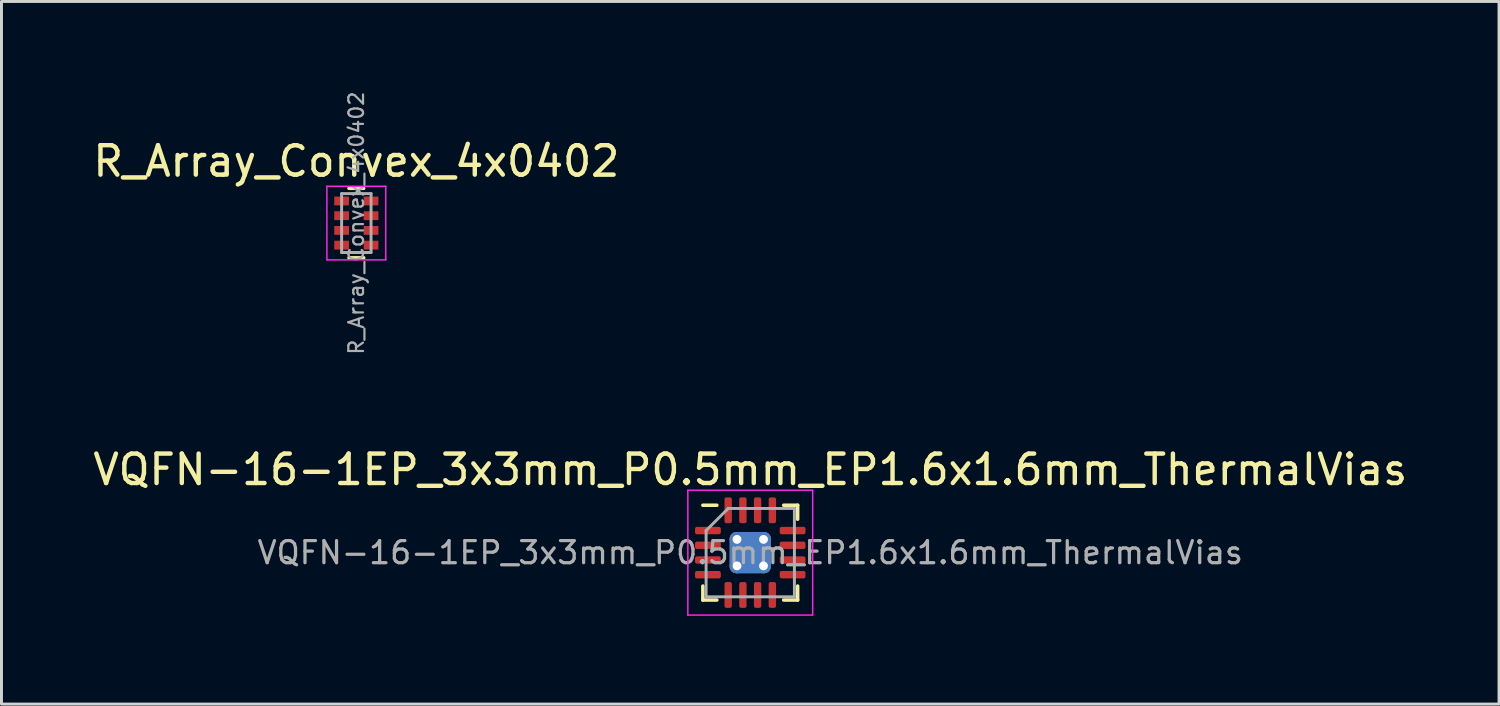
<source format=kicad_pcb>
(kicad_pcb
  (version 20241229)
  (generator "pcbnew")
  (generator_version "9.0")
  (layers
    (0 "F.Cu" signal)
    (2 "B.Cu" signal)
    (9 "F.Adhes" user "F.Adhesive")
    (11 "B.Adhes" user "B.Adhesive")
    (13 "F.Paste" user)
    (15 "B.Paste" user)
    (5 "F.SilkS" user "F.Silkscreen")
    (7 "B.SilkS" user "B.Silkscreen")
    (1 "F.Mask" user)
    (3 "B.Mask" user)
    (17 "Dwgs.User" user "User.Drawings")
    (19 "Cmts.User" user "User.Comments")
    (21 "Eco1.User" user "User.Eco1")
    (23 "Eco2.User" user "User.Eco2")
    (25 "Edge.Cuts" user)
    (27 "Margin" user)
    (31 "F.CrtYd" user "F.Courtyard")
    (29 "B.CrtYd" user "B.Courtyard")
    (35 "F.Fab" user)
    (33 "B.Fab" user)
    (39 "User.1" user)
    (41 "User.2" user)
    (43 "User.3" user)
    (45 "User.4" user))
  (footprint "R_Array_Convex_4x0402"
    (layer "F.Cu")
    (at 9.054 4.527)
    (property "Reference" "R_Array_Convex_4x0402" (at 0 -2.1 0) (layer "F.SilkS") (effects (font (size 1 1) (thickness 0.15))))
    (attr smd)
    (fp_line (start 0.25 -1.18) (end -0.25 -1.18) (stroke (width 0.12) (type solid)) (layer "F.SilkS"))
    (fp_line (start 0.25 1.18) (end -0.25 1.18) (stroke (width 0.12) (type solid)) (layer "F.SilkS"))
    (fp_line (start -1 -1.25) (end -1 1.25) (stroke (width 0.05) (type solid)) (layer "F.CrtYd"))
    (fp_line (start -1 -1.25) (end 1 -1.25) (stroke (width 0.05) (type solid)) (layer "F.CrtYd"))
    (fp_line (start 1 1.25) (end -1 1.25) (stroke (width 0.05) (type solid)) (layer "F.CrtYd"))
    (fp_line (start 1 1.25) (end 1 -1.25) (stroke (width 0.05) (type solid)) (layer "F.CrtYd"))
    (fp_line (start -0.5 -1) (end 0.5 -1) (stroke (width 0.1) (type solid)) (layer "F.Fab"))
    (fp_line (start -0.5 1) (end -0.5 -1) (stroke (width 0.1) (type solid)) (layer "F.Fab"))
    (fp_line (start 0.5 -1) (end 0.5 1) (stroke (width 0.1) (type solid)) (layer "F.Fab"))
    (fp_line (start 0.5 1) (end -0.5 1) (stroke (width 0.1) (type solid)) (layer "F.Fab"))
    (fp_text user "${REFERENCE}" (at 0 0 90) (layer "F.Fab") (effects (font (size 0.5 0.5) (thickness 0.075))))
    (pad "1" smd rect (at -0.5 -0.75) (size 0.5 0.3) (layers "F.Cu" "F.Mask" "F.Paste"))
    (pad "2" smd rect (at -0.5 -0.25) (size 0.5 0.3) (layers "F.Cu" "F.Mask" "F.Paste"))
    (pad "3" smd rect (at -0.5 0.25) (size 0.5 0.3) (layers "F.Cu" "F.Mask" "F.Paste"))
    (pad "4" smd rect (at -0.5 0.75) (size 0.5 0.3) (layers "F.Cu" "F.Mask" "F.Paste"))
    (pad "5" smd rect (at 0.5 0.75) (size 0.5 0.3) (layers "F.Cu" "F.Mask" "F.Paste"))
    (pad "6" smd rect (at 0.5 0.25) (size 0.5 0.3) (layers "F.Cu" "F.Mask" "F.Paste"))
    (pad "7" smd rect (at 0.5 -0.25) (size 0.5 0.3) (layers "F.Cu" "F.Mask" "F.Paste"))
    (pad "8" smd rect (at 0.5 -0.75) (size 0.5 0.3) (layers "F.Cu" "F.Mask" "F.Paste")))
  (footprint "VQFN-16-1EP_3x3mm_P0.5mm_EP1.6x1.6mm_ThermalVias"
    (layer "F.Cu")
    (at 22.435 15.722)
    (property "Reference" "VQFN-16-1EP_3x3mm_P0.5mm_EP1.6x1.6mm_ThermalVias" (at 0 -2.82 0) (layer "F.SilkS") (effects (font (size 1 1) (thickness 0.15))))
    (attr smd)
    (fp_line (start -1.61 1.61) (end -1.61 1.135) (stroke (width 0.12) (type solid)) (layer "F.SilkS"))
    (fp_line (start -1.135 -1.61) (end -1.61 -1.61) (stroke (width 0.12) (type solid)) (layer "F.SilkS"))
    (fp_line (start -1.135 1.61) (end -1.61 1.61) (stroke (width 0.12) (type solid)) (layer "F.SilkS"))
    (fp_line (start 1.135 -1.61) (end 1.61 -1.61) (stroke (width 0.12) (type solid)) (layer "F.SilkS"))
    (fp_line (start 1.135 1.61) (end 1.61 1.61) (stroke (width 0.12) (type solid)) (layer "F.SilkS"))
    (fp_line (start 1.61 -1.61) (end 1.61 -1.135) (stroke (width 0.12) (type solid)) (layer "F.SilkS"))
    (fp_line (start 1.61 1.61) (end 1.61 1.135) (stroke (width 0.12) (type solid)) (layer "F.SilkS"))
    (fp_line (start -2.12 -2.12) (end -2.12 2.12) (stroke (width 0.05) (type solid)) (layer "F.CrtYd"))
    (fp_line (start -2.12 2.12) (end 2.12 2.12) (stroke (width 0.05) (type solid)) (layer "F.CrtYd"))
    (fp_line (start 2.12 -2.12) (end -2.12 -2.12) (stroke (width 0.05) (type solid)) (layer "F.CrtYd"))
    (fp_line (start 2.12 2.12) (end 2.12 -2.12) (stroke (width 0.05) (type solid)) (layer "F.CrtYd"))
    (fp_line (start -1.5 -0.75) (end -0.75 -1.5) (stroke (width 0.1) (type solid)) (layer "F.Fab"))
    (fp_line (start -1.5 1.5) (end -1.5 -0.75) (stroke (width 0.1) (type solid)) (layer "F.Fab"))
    (fp_line (start -0.75 -1.5) (end 1.5 -1.5) (stroke (width 0.1) (type solid)) (layer "F.Fab"))
    (fp_line (start 1.5 -1.5) (end 1.5 1.5) (stroke (width 0.1) (type solid)) (layer "F.Fab"))
    (fp_line (start 1.5 1.5) (end -1.5 1.5) (stroke (width 0.1) (type solid)) (layer "F.Fab"))
    (fp_text user "${REFERENCE}" (at 0 0 0) (layer "F.Fab") (effects (font (size 0.75 0.75) (thickness 0.11))))
    (pad "" smd roundrect (at -0.4 -0.4) (size 0.29 0.29) (layers "F.Paste") (roundrect_rratio 0.25))
    (pad "" smd roundrect (at -0.4 0.4) (size 0.29 0.29) (layers "F.Paste") (roundrect_rratio 0.25))
    (pad "" smd roundrect (at 0.4 -0.4) (size 0.29 0.29) (layers "F.Paste") (roundrect_rratio 0.25))
    (pad "" smd roundrect (at 0.4 0.4) (size 0.29 0.29) (layers "F.Paste") (roundrect_rratio 0.25))
    (pad "1" smd roundrect (at -1.438 -0.75) (size 0.875 0.25) (layers "F.Cu" "F.Mask" "F.Paste") (roundrect_rratio 0.25))
    (pad "2" smd roundrect (at -1.438 -0.25) (size 0.875 0.25) (layers "F.Cu" "F.Mask" "F.Paste") (roundrect_rratio 0.25))
    (pad "3" smd roundrect (at -1.438 0.25) (size 0.875 0.25) (layers "F.Cu" "F.Mask" "F.Paste") (roundrect_rratio 0.25))
    (pad "4" smd roundrect (at -1.438 0.75) (size 0.875 0.25) (layers "F.Cu" "F.Mask" "F.Paste") (roundrect_rratio 0.25))
    (pad "5" smd roundrect (at -0.75 1.438) (size 0.25 0.875) (layers "F.Cu" "F.Mask" "F.Paste") (roundrect_rratio 0.25))
    (pad "6" smd roundrect (at -0.25 1.438) (size 0.25 0.875) (layers "F.Cu" "F.Mask" "F.Paste") (roundrect_rratio 0.25))
    (pad "7" smd roundrect (at 0.25 1.438) (size 0.25 0.875) (layers "F.Cu" "F.Mask" "F.Paste") (roundrect_rratio 0.25))
    (pad "8" smd roundrect (at 0.75 1.438) (size 0.25 0.875) (layers "F.Cu" "F.Mask" "F.Paste") (roundrect_rratio 0.25))
    (pad "9" smd roundrect (at 1.438 0.75) (size 0.875 0.25) (layers "F.Cu" "F.Mask" "F.Paste") (roundrect_rratio 0.25))
    (pad "10" smd roundrect (at 1.438 0.25) (size 0.875 0.25) (layers "F.Cu" "F.Mask" "F.Paste") (roundrect_rratio 0.25))
    (pad "11" smd roundrect (at 1.438 -0.25) (size 0.875 0.25) (layers "F.Cu" "F.Mask" "F.Paste") (roundrect_rratio 0.25))
    (pad "12" smd roundrect (at 1.438 -0.75) (size 0.875 0.25) (layers "F.Cu" "F.Mask" "F.Paste") (roundrect_rratio 0.25))
    (pad "13" smd roundrect (at 0.75 -1.438) (size 0.25 0.875) (layers "F.Cu" "F.Mask" "F.Paste") (roundrect_rratio 0.25))
    (pad "14" smd roundrect (at 0.25 -1.438) (size 0.25 0.875) (layers "F.Cu" "F.Mask" "F.Paste") (roundrect_rratio 0.25))
    (pad "15" smd roundrect (at -0.25 -1.438) (size 0.25 0.875) (layers "F.Cu" "F.Mask" "F.Paste") (roundrect_rratio 0.25))
    (pad "16" smd roundrect (at -0.75 -1.438) (size 0.25 0.875) (layers "F.Cu" "F.Mask" "F.Paste") (roundrect_rratio 0.25))
    (pad "17" thru_hole circle (at -0.45 -0.45) (size 0.5 0.5) (drill 0.3) (layers "*.Cu"))
    (pad "17" thru_hole circle (at -0.45 0.45) (size 0.5 0.5) (drill 0.3) (layers "*.Cu"))
    (pad "17" smd roundrect (at 0 0) (size 1.4 1.4) (layers "F.Cu" "F.Mask") (roundrect_rratio 0.156))
    (pad "17" smd roundrect (at 0 0) (size 1.4 1.4) (layers "B.Cu") (roundrect_rratio 0.156))
    (pad "17" thru_hole circle (at 0.45 -0.45) (size 0.5 0.5) (drill 0.3) (layers "*.Cu"))
    (pad "17" thru_hole circle (at 0.45 0.45) (size 0.5 0.5) (drill 0.3) (layers "*.Cu")))
  (gr_rect
    (start -3 -3)
    (end 47.869 20.867)
    (stroke (width 0.1) (type default))
    (fill no)
    (layer "Edge.Cuts")))
</source>
